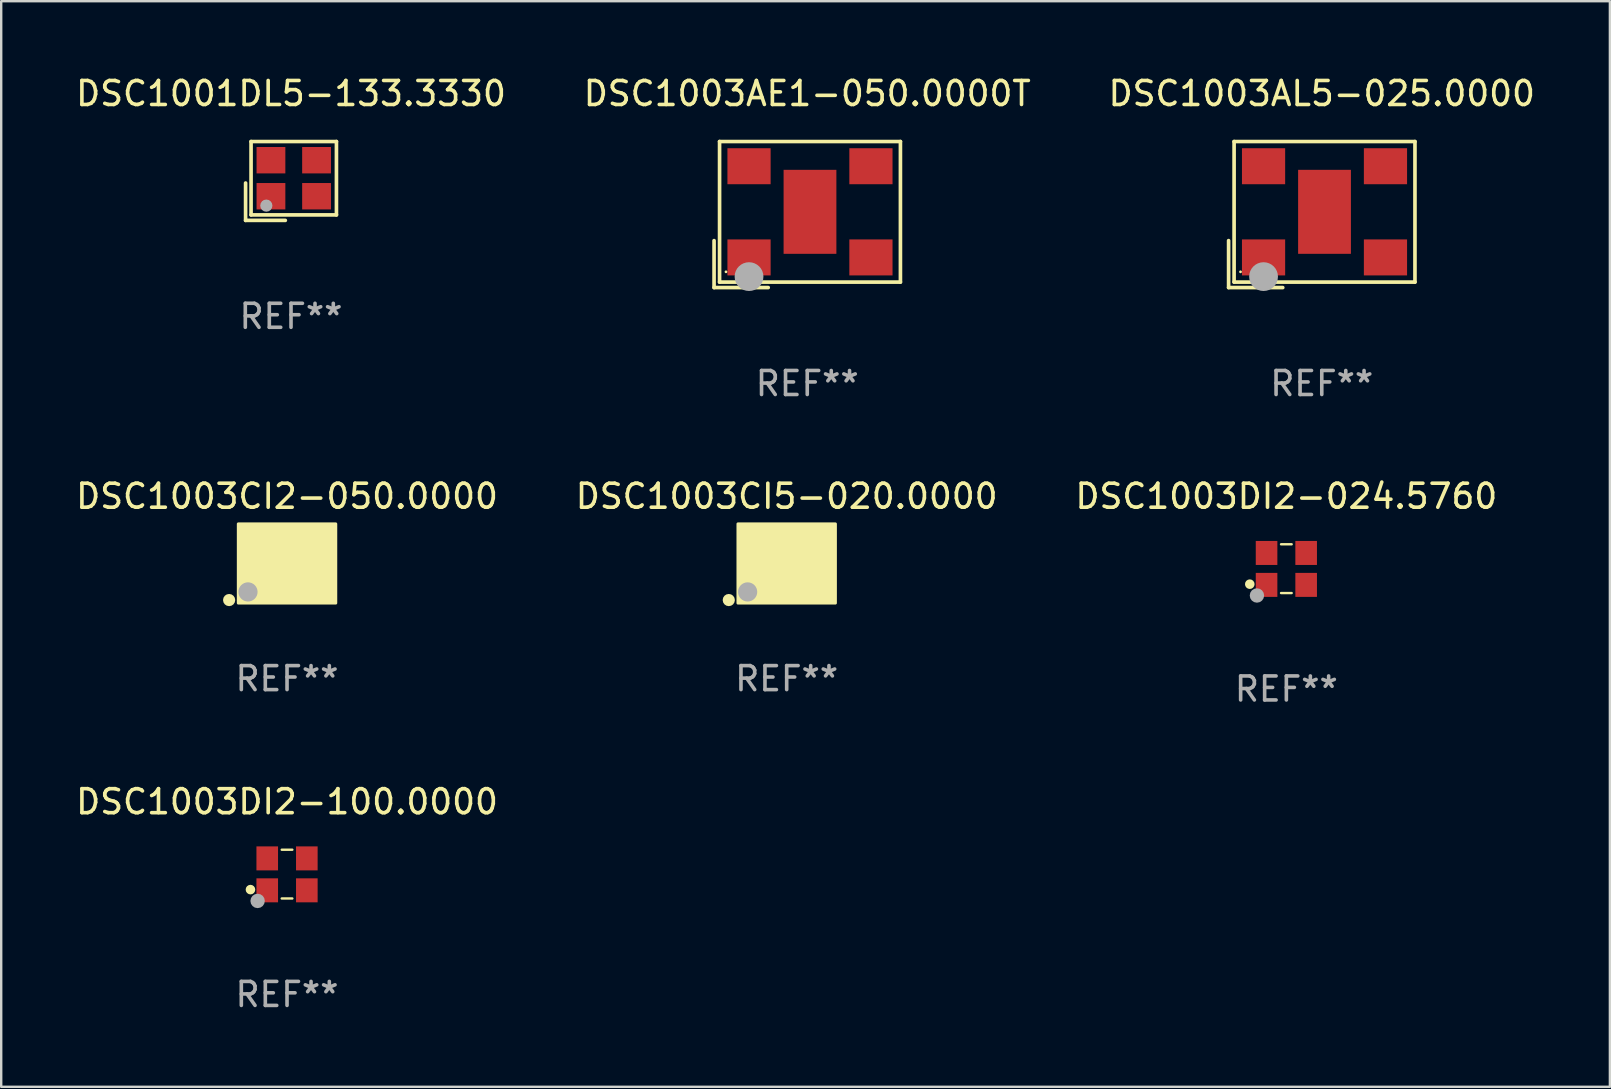
<source format=kicad_pcb>
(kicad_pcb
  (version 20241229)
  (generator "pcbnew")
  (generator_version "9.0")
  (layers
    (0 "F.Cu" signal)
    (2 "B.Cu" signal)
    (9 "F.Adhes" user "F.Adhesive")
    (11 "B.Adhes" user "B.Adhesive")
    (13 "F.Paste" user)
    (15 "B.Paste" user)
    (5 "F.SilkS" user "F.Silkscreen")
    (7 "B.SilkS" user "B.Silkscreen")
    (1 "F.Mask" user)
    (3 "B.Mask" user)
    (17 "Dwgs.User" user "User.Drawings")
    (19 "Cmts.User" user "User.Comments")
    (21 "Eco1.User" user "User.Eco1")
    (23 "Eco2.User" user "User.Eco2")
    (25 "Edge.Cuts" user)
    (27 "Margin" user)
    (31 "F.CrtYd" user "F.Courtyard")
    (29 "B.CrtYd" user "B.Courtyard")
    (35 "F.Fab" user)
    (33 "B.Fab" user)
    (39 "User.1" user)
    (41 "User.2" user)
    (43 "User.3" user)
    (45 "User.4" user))
  (footprint "DSC1003DI2-100.0000"
    (layer "F.Cu")
    (at 8.911 33.375)
    (property "Reference" "DSC1003DI2-100.0000" (at 0 -3.016 0) (layer "F.SilkS") (effects (font (size 1 1) (thickness 0.15))))
    (attr through_hole)
    (fp_line (start -0.221 -1.016) (end 0.221 -1.016) (stroke (width 0.1) (type solid)) (layer "F.SilkS"))
    (fp_line (start -0.221 1.016) (end 0.221 1.016) (stroke (width 0.1) (type solid)) (layer "F.SilkS"))
    (fp_circle (center -1.524 0.646) (end -1.424 0.646) (stroke (width 0.2) (type solid)) (fill no) (layer "F.SilkS"))
    (fp_circle (center -1.25 1) (end -1.22 1) (stroke (width 0.06) (type solid)) (fill no) (layer "F.SilkS"))
    (fp_circle (center -1.226 1.118) (end -1.076 1.118) (stroke (width 0.3) (type solid)) (fill no) (layer "F.Fab"))
    (fp_text user "REF**" (at 0 5.016 0) (layer "F.Fab") (effects (font (size 1 1) (thickness 0.15))))
    (pad "1" smd rect (at -0.825 0.676) (size 0.9 1) (layers "F.Cu" "F.Mask" "F.Paste"))
    (pad "2" smd rect (at 0.825 0.676) (size 0.9 1) (layers "F.Cu" "F.Mask" "F.Paste"))
    (pad "3" smd rect (at 0.825 -0.655) (size 0.9 1) (layers "F.Cu" "F.Mask" "F.Paste"))
    (pad "4" smd rect (at -0.825 -0.655) (size 0.9 1) (layers "F.Cu" "F.Mask" "F.Paste")))
  (footprint "DSC1003DI2-024.5760"
    (layer "F.Cu")
    (at 50.554 20.647)
    (property "Reference" "DSC1003DI2-024.5760" (at 0 -3.016 0) (layer "F.SilkS") (effects (font (size 1 1) (thickness 0.15))))
    (attr through_hole)
    (fp_line (start -0.221 -1.016) (end 0.221 -1.016) (stroke (width 0.1) (type solid)) (layer "F.SilkS"))
    (fp_line (start -0.221 1.016) (end 0.221 1.016) (stroke (width 0.1) (type solid)) (layer "F.SilkS"))
    (fp_circle (center -1.524 0.646) (end -1.424 0.646) (stroke (width 0.2) (type solid)) (fill no) (layer "F.SilkS"))
    (fp_circle (center -1.25 1) (end -1.22 1) (stroke (width 0.06) (type solid)) (fill no) (layer "F.SilkS"))
    (fp_circle (center -1.226 1.118) (end -1.076 1.118) (stroke (width 0.3) (type solid)) (fill no) (layer "F.Fab"))
    (fp_text user "REF**" (at 0 5.016 0) (layer "F.Fab") (effects (font (size 1 1) (thickness 0.15))))
    (pad "1" smd rect (at -0.825 0.676) (size 0.9 1) (layers "F.Cu" "F.Mask" "F.Paste"))
    (pad "2" smd rect (at 0.825 0.676) (size 0.9 1) (layers "F.Cu" "F.Mask" "F.Paste"))
    (pad "3" smd rect (at 0.825 -0.655) (size 0.9 1) (layers "F.Cu" "F.Mask" "F.Paste"))
    (pad "4" smd rect (at -0.825 -0.655) (size 0.9 1) (layers "F.Cu" "F.Mask" "F.Paste")))
  (footprint "DSC1003CI5-020.0000"
    (layer "F.Cu")
    (at 29.732 20.431)
    (property "Reference" "DSC1003CI5-020.0000" (at 0 -2.8 0) (layer "F.SilkS") (effects (font (size 1 1) (thickness 0.15))))
    (attr through_hole)
    (fp_circle (center -2.413 1.524) (end -2.286 1.524) (stroke (width 0.254) (type solid)) (fill no) (layer "F.SilkS"))
    (fp_circle (center -1.6 1.25) (end -1.57 1.25) (stroke (width 0.06) (type solid)) (fill no) (layer "F.SilkS"))
    (fp_poly (pts (xy -2.032 -1.651) (xy 2.032 -1.651) (xy 2.032 1.651) (xy -2.032 1.651)) (stroke (width 0.12) (type solid)) (fill yes) (layer "F.SilkS"))
    (fp_circle (center -1.627 1.185) (end -1.427 1.185) (stroke (width 0.4) (type solid)) (fill no) (layer "F.Fab"))
    (fp_text user "REF**" (at 0 4.8 0) (layer "F.Fab") (effects (font (size 1 1) (thickness 0.15))))
    (pad "1" smd rect (at -1.05 0.8) (size 1.4 1.2) (layers "F.Cu" "F.Mask" "F.Paste"))
    (pad "2" smd rect (at 1.05 0.8) (size 1.4 1.2) (layers "F.Cu" "F.Mask" "F.Paste"))
    (pad "3" smd rect (at 1.05 -0.8) (size 1.4 1.2) (layers "F.Cu" "F.Mask" "F.Paste"))
    (pad "4" smd rect (at -1.05 -0.8) (size 1.4 1.2) (layers "F.Cu" "F.Mask" "F.Paste")))
  (footprint "DSC1003AL5-025.0000"
    (layer "F.Cu")
    (at 52.03 5.891)
    (property "Reference" "DSC1003AL5-025.0000" (at 0 -5.043 0) (layer "F.SilkS") (effects (font (size 1 1) (thickness 0.15))))
    (attr through_hole)
    (fp_line (start -3.883 1.086) (end -3.883 3.043) (stroke (width 0.152) (type solid)) (layer "F.SilkS"))
    (fp_line (start -3.883 3.043) (end -1.626 3.043) (stroke (width 0.152) (type solid)) (layer "F.SilkS"))
    (fp_line (start -3.654 -3.043) (end 3.883 -3.043) (stroke (width 0.152) (type solid)) (layer "F.SilkS"))
    (fp_line (start -3.654 2.814) (end -3.654 -3.043) (stroke (width 0.152) (type solid)) (layer "F.SilkS"))
    (fp_line (start 3.883 -3.043) (end 3.883 2.814) (stroke (width 0.152) (type solid)) (layer "F.SilkS"))
    (fp_line (start 3.883 2.814) (end -3.654 2.814) (stroke (width 0.152) (type solid)) (layer "F.SilkS"))
    (fp_circle (center -3.386 2.386) (end -3.356 2.386) (stroke (width 0.06) (type solid)) (fill no) (layer "F.SilkS"))
    (fp_circle (center -2.426 2.586) (end -2.126 2.586) (stroke (width 0.6) (type solid)) (fill no) (layer "F.Fab"))
    (fp_text user "REF**" (at 0 7.043 0) (layer "F.Fab") (effects (font (size 1 1) (thickness 0.15))))
    (pad "1" smd rect (at -2.426 1.786) (size 1.8 1.5) (layers "F.Cu" "F.Mask" "F.Paste"))
    (pad "2" smd rect (at 2.654 1.786) (size 1.8 1.5) (layers "F.Cu" "F.Mask" "F.Paste"))
    (pad "3" smd rect (at 2.654 -2.014) (size 1.8 1.5) (layers "F.Cu" "F.Mask" "F.Paste"))
    (pad "4" smd rect (at -2.426 -2.014) (size 1.8 1.5) (layers "F.Cu" "F.Mask" "F.Paste"))
    (pad "5" smd rect (at 0.114 -0.114) (size 2.2 3.5) (layers "F.Cu" "F.Mask" "F.Paste")))
  (footprint "DSC1003AE1-050.0000T"
    (layer "F.Cu")
    (at 30.589 5.891)
    (property "Reference" "DSC1003AE1-050.0000T" (at 0 -5.043 0) (layer "F.SilkS") (effects (font (size 1 1) (thickness 0.15))))
    (attr through_hole)
    (fp_line (start -3.883 1.086) (end -3.883 3.043) (stroke (width 0.152) (type solid)) (layer "F.SilkS"))
    (fp_line (start -3.883 3.043) (end -1.626 3.043) (stroke (width 0.152) (type solid)) (layer "F.SilkS"))
    (fp_line (start -3.654 -3.043) (end 3.883 -3.043) (stroke (width 0.152) (type solid)) (layer "F.SilkS"))
    (fp_line (start -3.654 2.814) (end -3.654 -3.043) (stroke (width 0.152) (type solid)) (layer "F.SilkS"))
    (fp_line (start 3.883 -3.043) (end 3.883 2.814) (stroke (width 0.152) (type solid)) (layer "F.SilkS"))
    (fp_line (start 3.883 2.814) (end -3.654 2.814) (stroke (width 0.152) (type solid)) (layer "F.SilkS"))
    (fp_circle (center -3.386 2.386) (end -3.356 2.386) (stroke (width 0.06) (type solid)) (fill no) (layer "F.SilkS"))
    (fp_circle (center -2.426 2.586) (end -2.126 2.586) (stroke (width 0.6) (type solid)) (fill no) (layer "F.Fab"))
    (fp_text user "REF**" (at 0 7.043 0) (layer "F.Fab") (effects (font (size 1 1) (thickness 0.15))))
    (pad "1" smd rect (at -2.426 1.786) (size 1.8 1.5) (layers "F.Cu" "F.Mask" "F.Paste"))
    (pad "2" smd rect (at 2.654 1.786) (size 1.8 1.5) (layers "F.Cu" "F.Mask" "F.Paste"))
    (pad "3" smd rect (at 2.654 -2.014) (size 1.8 1.5) (layers "F.Cu" "F.Mask" "F.Paste"))
    (pad "4" smd rect (at -2.426 -2.014) (size 1.8 1.5) (layers "F.Cu" "F.Mask" "F.Paste"))
    (pad "5" smd rect (at 0.114 -0.114) (size 2.2 3.5) (layers "F.Cu" "F.Mask" "F.Paste")))
  (footprint "DSC1001DL5-133.3330"
    (layer "F.Cu")
    (at 9.077 4.491)
    (property "Reference" "DSC1001DL5-133.3330" (at 0 -3.643 0) (layer "F.SilkS") (effects (font (size 1 1) (thickness 0.15))))
    (attr through_hole)
    (fp_line (start -1.893 0.086) (end -1.893 1.643) (stroke (width 0.152) (type solid)) (layer "F.SilkS"))
    (fp_line (start -1.893 1.643) (end -0.237 1.643) (stroke (width 0.152) (type solid)) (layer "F.SilkS"))
    (fp_line (start -1.665 -1.643) (end 1.893 -1.643) (stroke (width 0.152) (type solid)) (layer "F.SilkS"))
    (fp_line (start -1.665 1.414) (end -1.665 -1.643) (stroke (width 0.152) (type solid)) (layer "F.SilkS"))
    (fp_line (start 1.893 -1.643) (end 1.893 1.414) (stroke (width 0.152) (type solid)) (layer "F.SilkS"))
    (fp_line (start 1.893 1.414) (end -1.665 1.414) (stroke (width 0.152) (type solid)) (layer "F.SilkS"))
    (fp_circle (center -1.136 0.885) (end -1.106 0.885) (stroke (width 0.06) (type solid)) (fill no) (layer "F.SilkS"))
    (fp_circle (center -1.029 1.028) (end -0.902 1.028) (stroke (width 0.254) (type solid)) (fill no) (layer "F.Fab"))
    (fp_text user "REF**" (at 0 5.643 0) (layer "F.Fab") (effects (font (size 1 1) (thickness 0.15))))
    (pad "1" smd rect (at -0.836 0.636) (size 1.2 1.1) (layers "F.Cu" "F.Mask" "F.Paste"))
    (pad "2" smd rect (at 1.064 0.636) (size 1.2 1.1) (layers "F.Cu" "F.Mask" "F.Paste"))
    (pad "3" smd rect (at 1.064 -0.865) (size 1.2 1.1) (layers "F.Cu" "F.Mask" "F.Paste"))
    (pad "4" smd rect (at -0.836 -0.865) (size 1.2 1.1) (layers "F.Cu" "F.Mask" "F.Paste")))
  (footprint "DSC1003CI2-050.0000"
    (layer "F.Cu")
    (at 8.911 20.431)
    (property "Reference" "DSC1003CI2-050.0000" (at 0 -2.8 0) (layer "F.SilkS") (effects (font (size 1 1) (thickness 0.15))))
    (attr through_hole)
    (fp_circle (center -2.413 1.524) (end -2.286 1.524) (stroke (width 0.254) (type solid)) (fill no) (layer "F.SilkS"))
    (fp_circle (center -1.6 1.25) (end -1.57 1.25) (stroke (width 0.06) (type solid)) (fill no) (layer "F.SilkS"))
    (fp_poly (pts (xy -2.032 -1.651) (xy 2.032 -1.651) (xy 2.032 1.651) (xy -2.032 1.651)) (stroke (width 0.12) (type solid)) (fill yes) (layer "F.SilkS"))
    (fp_circle (center -1.627 1.185) (end -1.427 1.185) (stroke (width 0.4) (type solid)) (fill no) (layer "F.Fab"))
    (fp_text user "REF**" (at 0 4.8 0) (layer "F.Fab") (effects (font (size 1 1) (thickness 0.15))))
    (pad "1" smd rect (at -1.05 0.8) (size 1.4 1.2) (layers "F.Cu" "F.Mask" "F.Paste"))
    (pad "2" smd rect (at 1.05 0.8) (size 1.4 1.2) (layers "F.Cu" "F.Mask" "F.Paste"))
    (pad "3" smd rect (at 1.05 -0.8) (size 1.4 1.2) (layers "F.Cu" "F.Mask" "F.Paste"))
    (pad "4" smd rect (at -1.05 -0.8) (size 1.4 1.2) (layers "F.Cu" "F.Mask" "F.Paste")))
  (gr_rect
    (start -3 -3)
    (end 64.036 42.239)
    (stroke (width 0.1) (type default))
    (fill no)
    (layer "Edge.Cuts")))
</source>
